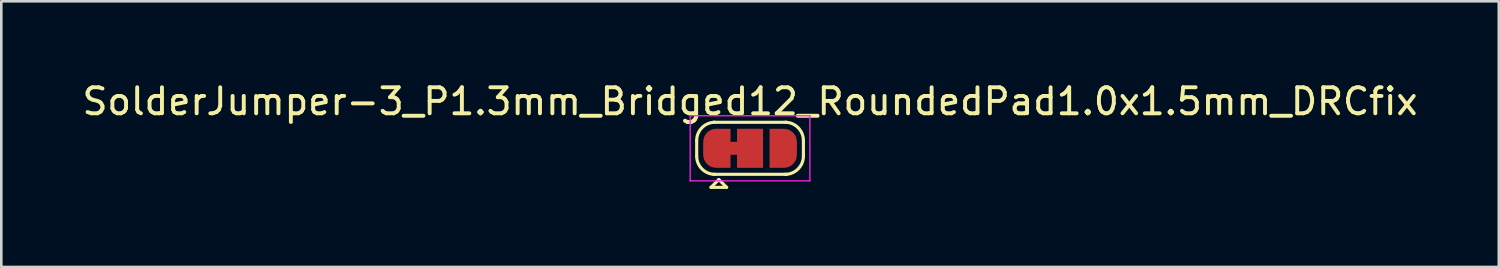
<source format=kicad_pcb>
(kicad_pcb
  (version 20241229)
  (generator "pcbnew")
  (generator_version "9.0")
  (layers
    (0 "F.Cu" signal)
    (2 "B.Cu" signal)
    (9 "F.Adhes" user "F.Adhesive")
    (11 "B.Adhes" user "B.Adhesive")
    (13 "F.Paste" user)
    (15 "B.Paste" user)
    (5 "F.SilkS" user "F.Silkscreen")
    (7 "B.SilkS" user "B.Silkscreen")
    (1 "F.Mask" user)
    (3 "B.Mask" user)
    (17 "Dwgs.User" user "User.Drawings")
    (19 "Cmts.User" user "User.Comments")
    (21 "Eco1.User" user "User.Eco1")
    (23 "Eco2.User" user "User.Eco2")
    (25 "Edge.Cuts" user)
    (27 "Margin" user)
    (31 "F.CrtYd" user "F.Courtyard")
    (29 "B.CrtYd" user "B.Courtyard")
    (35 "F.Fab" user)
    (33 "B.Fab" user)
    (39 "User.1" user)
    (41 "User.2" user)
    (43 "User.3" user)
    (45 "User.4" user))
  (footprint "SolderJumper-3_P1.3mm_Bridged12_RoundedPad1.0x1.5mm_DRCfix"
    (layer "F.Cu")
    (at 25.768 2.648)
    (property "Reference" "SolderJumper-3_P1.3mm_Bridged12_RoundedPad1.0x1.5mm_DRCfix" (at 0 -1.8 0) (layer "F.SilkS") (effects (font (size 1 1) (thickness 0.15))))
    (attr exclude_from_pos_files exclude_from_bom)
    (fp_poly (pts (xy -0.9 -0.2) (xy -0.3 -0.2) (xy -0.3 0.2) (xy -0.9 0.2)) (stroke (width 0.1) (type solid)) (fill yes) (layer "F.Cu"))
    (fp_line (start -2.05 0.3) (end -2.05 -0.3) (stroke (width 0.12) (type solid)) (layer "F.SilkS"))
    (fp_line (start -1.5 1.5) (end -0.9 1.5) (stroke (width 0.12) (type solid)) (layer "F.SilkS"))
    (fp_line (start -1.4 -1) (end 1.4 -1) (stroke (width 0.12) (type solid)) (layer "F.SilkS"))
    (fp_line (start -1.2 1.2) (end -1.5 1.5) (stroke (width 0.12) (type solid)) (layer "F.SilkS"))
    (fp_line (start -1.2 1.2) (end -0.9 1.5) (stroke (width 0.12) (type solid)) (layer "F.SilkS"))
    (fp_line (start 1.4 1) (end -1.4 1) (stroke (width 0.12) (type solid)) (layer "F.SilkS"))
    (fp_line (start 2.05 -0.3) (end 2.05 0.3) (stroke (width 0.12) (type solid)) (layer "F.SilkS"))
    (fp_arc (start -2.05 -0.3) (mid -1.844975 -0.794975) (end -1.35 -1) (stroke (width 0.12) (type solid)) (layer "F.SilkS"))
    (fp_arc (start -1.35 1) (mid -1.844975 0.794975) (end -2.05 0.3) (stroke (width 0.12) (type solid)) (layer "F.SilkS"))
    (fp_arc (start 1.35 -1) (mid 1.844975 -0.794975) (end 2.05 -0.3) (stroke (width 0.12) (type solid)) (layer "F.SilkS"))
    (fp_arc (start 2.05 0.3) (mid 1.844975 0.794975) (end 1.35 1) (stroke (width 0.12) (type solid)) (layer "F.SilkS"))
    (fp_line (start -2.3 -1.25) (end -2.3 1.25) (stroke (width 0.05) (type solid)) (layer "F.CrtYd"))
    (fp_line (start -2.3 -1.25) (end 2.3 -1.25) (stroke (width 0.05) (type solid)) (layer "F.CrtYd"))
    (fp_line (start 2.3 1.25) (end -2.3 1.25) (stroke (width 0.05) (type solid)) (layer "F.CrtYd"))
    (fp_line (start 2.3 1.25) (end 2.3 -1.25) (stroke (width 0.05) (type solid)) (layer "F.CrtYd"))
    (pad "1" smd custom (at -1.3 0) (size 1 0.5) (layers "F.Cu" "F.Mask") (options (anchor rect)) (primitives (gr_circle (center 0 0.25) (end 0.5 0.25) (width 0) (fill yes)) (gr_circle (center 0 -0.25) (end 0.5 -0.25) (width 0) (fill yes)) (gr_poly (pts (xy 0.55 -0.75) (xy 0 -0.75) (xy 0 0.75) (xy 0.55 0.75)) (width 0) (fill yes))))
    (pad "2" smd rect (at 0 0) (size 1 1.5) (layers "F.Cu" "F.Mask"))
    (pad "3" smd custom (at 1.3 0) (size 1 0.5) (layers "F.Cu" "F.Mask") (options (anchor rect)) (primitives (gr_circle (center 0 0.25) (end 0.5 0.25) (width 0) (fill yes)) (gr_circle (center 0 -0.25) (end 0.5 -0.25) (width 0) (fill yes)) (gr_poly (pts (xy -0.55 -0.75) (xy 0 -0.75) (xy 0 0.75) (xy -0.55 0.75)) (width 0) (fill yes)))))
  (gr_rect
    (start -3 -3)
    (end 54.536 7.208)
    (stroke (width 0.1) (type default))
    (fill no)
    (layer "Edge.Cuts")))
</source>
